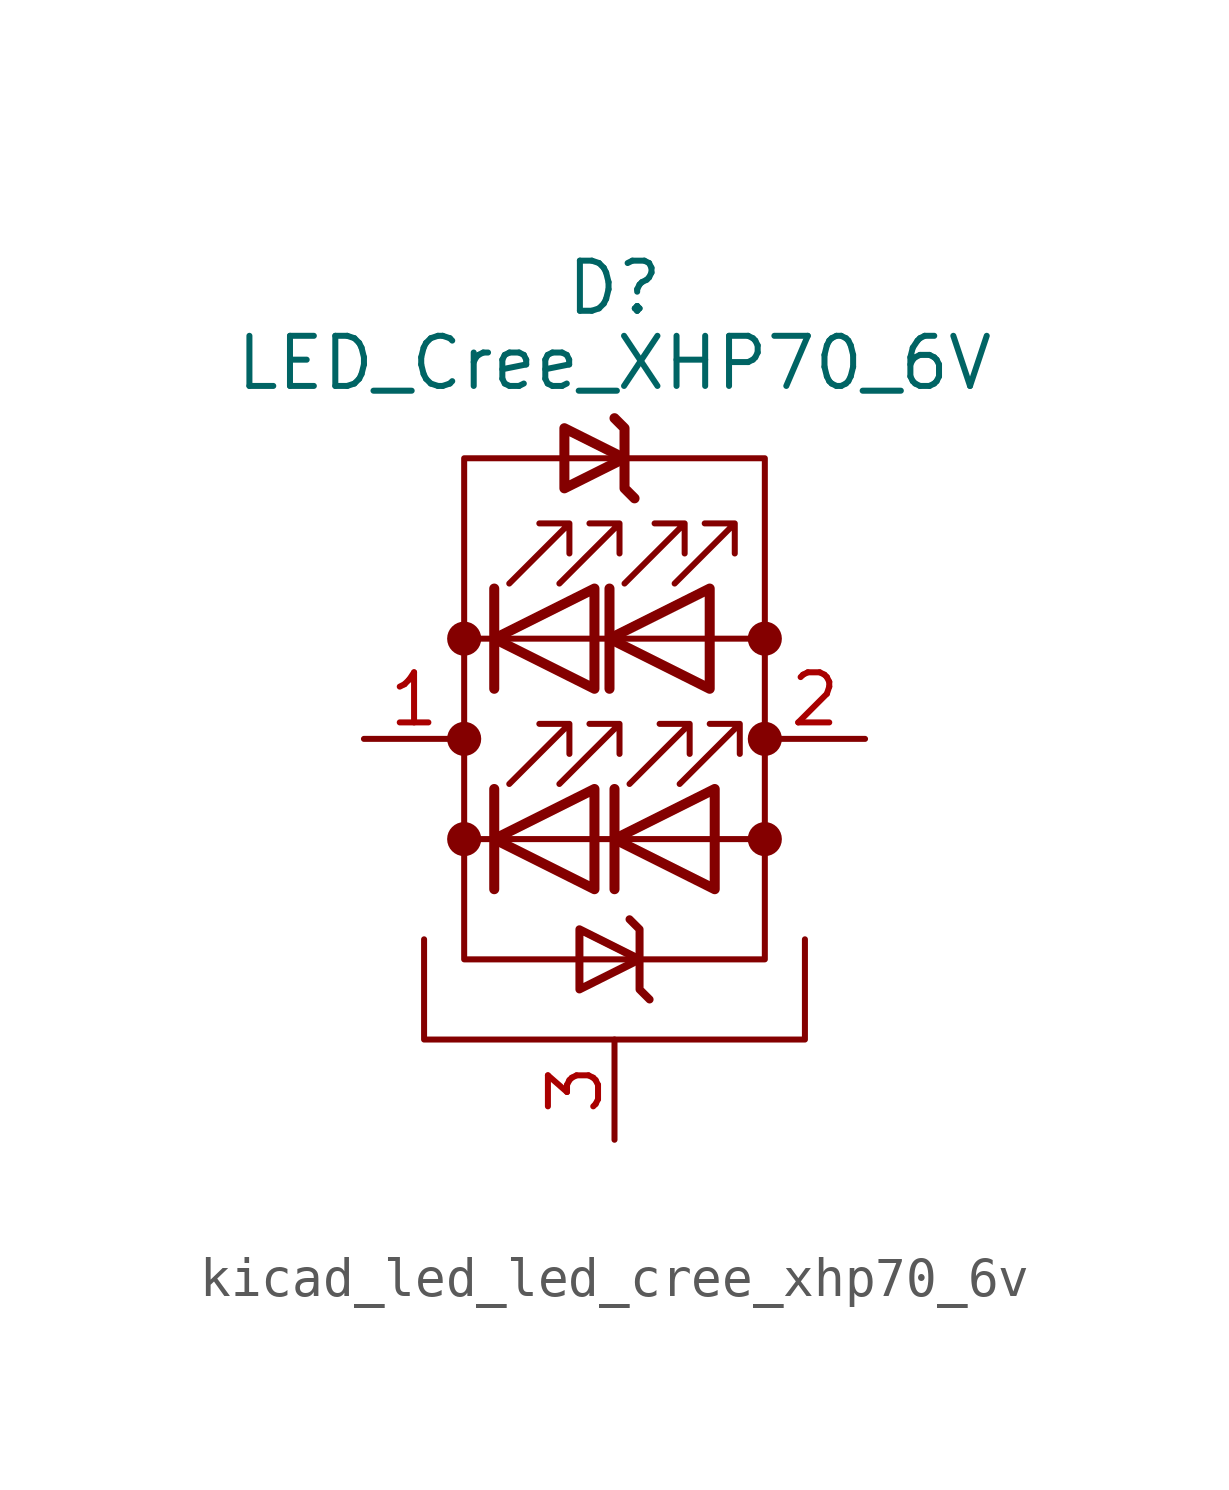
<source format=kicad_sym>
(kicad_symbol_lib
  (version 20220914)
  (generator kicad_symbol_editor)
  (symbol "kicad_led_led_cree_xhp70_6v"
    (pin_names
      (offset 1.016) hide)
    (property "Reference" "D"
      (at 0 11.43 0)
      (effects (font (size 1.27 1.27))))
    (property "Value" "LED_Cree_XHP70_6V"
      (at 0 9.525 0)
      (effects (font (size 1.27 1.27))))
    (symbol "kicad_led_led_cree_xhp70_6v_0_1"
      (circle (center -3.81 -2.54) (radius 0.356) (stroke (width 0) (type default)) (fill (type outline)))
      (circle (center -3.81 0) (radius 0.356) (stroke (width 0) (type default)) (fill (type outline)))
      (circle (center -3.81 2.54) (radius 0.356) (stroke (width 0) (type default)) (fill (type outline)))
      (polyline (pts (xy -3.81 -2.54) (xy 3.81 -2.54)) (stroke (width 0) (type default)) (fill (type none)))
      (polyline (pts (xy -3.048 -3.81) (xy -3.048 -1.27)) (stroke (width 0.254) (type default)) (fill (type none)))
      (polyline (pts (xy -3.048 1.27) (xy -3.048 3.81)) (stroke (width 0.254) (type default)) (fill (type none)))
      (polyline (pts (xy -0.127 1.27) (xy -0.127 3.81)) (stroke (width 0.254) (type default)) (fill (type none)))
      (polyline (pts (xy 0 -3.81) (xy 0 -1.27)) (stroke (width 0.254) (type default)) (fill (type none)))
      (polyline (pts (xy 3.81 2.54) (xy -3.81 2.54)) (stroke (width 0) (type default)) (fill (type none)))
      (polyline (pts (xy -4.826 -5.08) (xy -4.826 -7.62) (xy 4.826 -7.62) (xy 4.826 -5.08)) (stroke (width 0) (type default)) (fill (type none)))
      (polyline (pts (xy -0.508 -3.81) (xy -0.508 -1.27) (xy -3.048 -2.54) (xy -0.508 -3.81)) (stroke (width 0.254) (type default)) (fill (type none)))
      (polyline (pts (xy -0.508 1.27) (xy -0.508 3.81) (xy -3.048 2.54) (xy -0.508 1.27)) (stroke (width 0.254) (type default)) (fill (type none)))
      (polyline (pts (xy 0.508 6.096) (xy 0.254 6.35) (xy 0.254 7.874) (xy 0 8.128)) (stroke (width 0.254) (type default)) (fill (type none)))
      (polyline (pts (xy 0.889 -6.604) (xy 0.635 -6.35) (xy 0.635 -4.826) (xy 0.381 -4.572)) (stroke (width 0.203) (type default)) (fill (type none)))
      (polyline (pts (xy 2.413 1.27) (xy 2.413 3.81) (xy -0.127 2.54) (xy 2.413 1.27)) (stroke (width 0.254) (type default)) (fill (type none)))
      (polyline (pts (xy 2.54 -3.81) (xy 2.54 -1.27) (xy 0 -2.54) (xy 2.54 -3.81)) (stroke (width 0.254) (type default)) (fill (type none)))
      (polyline (pts (xy -3.81 -5.588) (xy -3.81 7.112) (xy 3.81 7.112) (xy 3.81 -5.588) (xy -3.81 -5.588)) (stroke (width 0) (type default)) (fill (type none)))
      (polyline (pts (xy -2.667 -1.143) (xy -1.143 0.381) (xy -1.905 0.381) (xy -1.143 0.381) (xy -1.143 -0.381)) (stroke (width 0) (type default)) (fill (type none)))
      (polyline (pts (xy -2.667 3.937) (xy -1.143 5.461) (xy -1.905 5.461) (xy -1.143 5.461) (xy -1.143 4.699)) (stroke (width 0) (type default)) (fill (type none)))
      (polyline (pts (xy -1.397 -1.143) (xy 0.127 0.381) (xy -0.635 0.381) (xy 0.127 0.381) (xy 0.127 -0.381)) (stroke (width 0) (type default)) (fill (type none)))
      (polyline (pts (xy -1.397 3.937) (xy 0.127 5.461) (xy -0.635 5.461) (xy 0.127 5.461) (xy 0.127 4.699)) (stroke (width 0) (type default)) (fill (type none)))
      (polyline (pts (xy -1.27 6.35) (xy -1.27 7.874) (xy 0.254 7.112) (xy -1.27 6.35) (xy -1.27 6.604)) (stroke (width 0.254) (type default)) (fill (type none)))
      (polyline (pts (xy -0.889 -6.35) (xy -0.889 -4.826) (xy 0.635 -5.588) (xy -0.889 -6.35) (xy -0.889 -6.096)) (stroke (width 0.203) (type default)) (fill (type none)))
      (polyline (pts (xy 0.254 3.937) (xy 1.778 5.461) (xy 1.016 5.461) (xy 1.778 5.461) (xy 1.778 4.699)) (stroke (width 0) (type default)) (fill (type none)))
      (polyline (pts (xy 0.381 -1.143) (xy 1.905 0.381) (xy 1.143 0.381) (xy 1.905 0.381) (xy 1.905 -0.381)) (stroke (width 0) (type default)) (fill (type none)))
      (polyline (pts (xy 1.524 3.937) (xy 3.048 5.461) (xy 2.286 5.461) (xy 3.048 5.461) (xy 3.048 4.699)) (stroke (width 0) (type default)) (fill (type none)))
      (polyline (pts (xy 1.651 -1.143) (xy 3.175 0.381) (xy 2.413 0.381) (xy 3.175 0.381) (xy 3.175 -0.381)) (stroke (width 0) (type default)) (fill (type none)))
      (circle (center 3.81 -2.54) (radius 0.356) (stroke (width 0) (type default)) (fill (type outline)))
      (circle (center 3.81 0) (radius 0.356) (stroke (width 0) (type default)) (fill (type outline)))
      (circle (center 3.81 2.54) (radius 0.356) (stroke (width 0) (type default)) (fill (type outline))))
    (symbol "kicad_led_led_cree_xhp70_6v_1_1"
      (pin passive line (at -6.35 0 0) (length 2.54) (name "K" (effects (font (size 1.27 1.27)))) (number "1" (effects (font (size 1.27 1.27)))))
      (pin passive line (at 6.35 0 180) (length 2.54) (name "A" (effects (font (size 1.27 1.27)))) (number "2" (effects (font (size 1.27 1.27)))))
      (pin passive line (at 0 -10.16 90) (length 2.54) (name "PAD" (effects (font (size 1.27 1.27)))) (number "3" (effects (font (size 1.27 1.27))))))))
</source>
